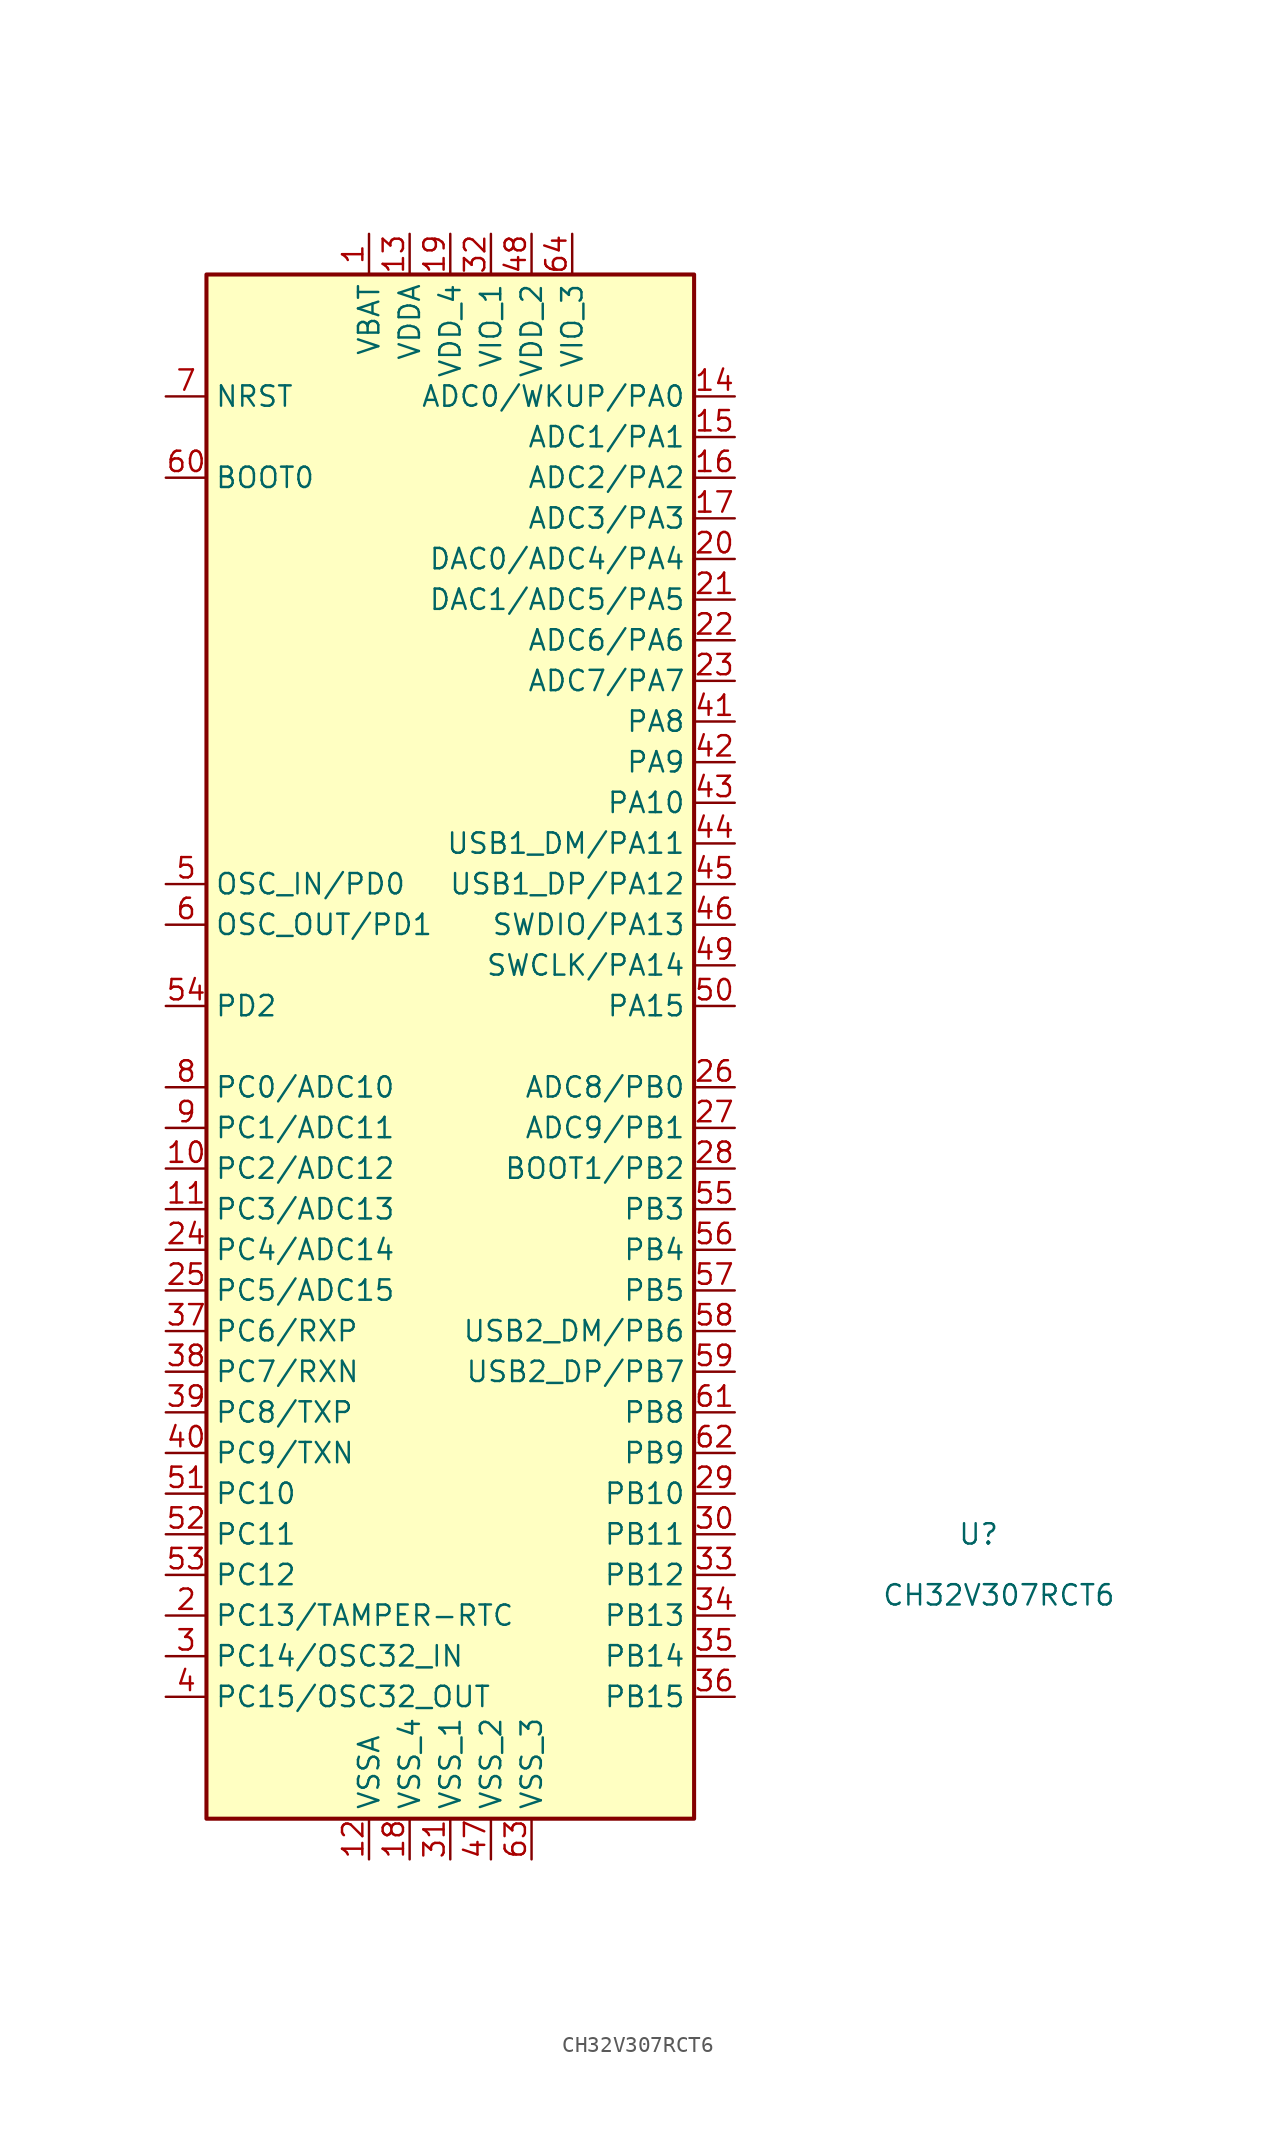
<source format=kicad_sym>
(kicad_symbol_lib
  (version 20220914)
  (generator kicad_symbol_editor)
  (symbol "CH32V307RCT6"
    (property "Reference" "U"
      (at 33.02 -31.75 0)
      (effects (font (size 1.27 1.27))))
    (property "Value" "CH32V307RCT6"
      (at 34.29 -35.56 0)
      (effects (font (size 1.27 1.27))))
    (symbol "CH32V307RCT6_0_1"
      (rectangle (start -15.24 46.99) (end 15.24 -49.53) (stroke (width 0.254) (type default)) (fill (type background))))
    (symbol "CH32V307RCT6_1_1"
      (pin power_in line (at -5.08 49.53 270) (length 2.54) (name "VBAT" (effects (font (size 1.27 1.27)))) (number "1" (effects (font (size 1.27 1.27)))))
      (pin bidirectional line (at -17.78 -8.89 0) (length 2.54) (name "PC2/ADC12" (effects (font (size 1.27 1.27)))) (number "10" (effects (font (size 1.27 1.27)))))
      (pin bidirectional line (at -17.78 -11.43 0) (length 2.54) (name "PC3/ADC13" (effects (font (size 1.27 1.27)))) (number "11" (effects (font (size 1.27 1.27)))))
      (pin power_in line (at -5.08 -52.07 90) (length 2.54) (name "VSSA" (effects (font (size 1.27 1.27)))) (number "12" (effects (font (size 1.27 1.27)))))
      (pin power_in line (at -2.54 49.53 270) (length 2.54) (name "VDDA" (effects (font (size 1.27 1.27)))) (number "13" (effects (font (size 1.27 1.27)))))
      (pin bidirectional line (at 17.78 39.37 180) (length 2.54) (name "ADC0/WKUP/PA0" (effects (font (size 1.27 1.27)))) (number "14" (effects (font (size 1.27 1.27)))))
      (pin bidirectional line (at 17.78 36.83 180) (length 2.54) (name "ADC1/PA1" (effects (font (size 1.27 1.27)))) (number "15" (effects (font (size 1.27 1.27)))))
      (pin bidirectional line (at 17.78 34.29 180) (length 2.54) (name "ADC2/PA2" (effects (font (size 1.27 1.27)))) (number "16" (effects (font (size 1.27 1.27)))))
      (pin bidirectional line (at 17.78 31.75 180) (length 2.54) (name "ADC3/PA3" (effects (font (size 1.27 1.27)))) (number "17" (effects (font (size 1.27 1.27)))))
      (pin power_in line (at -2.54 -52.07 90) (length 2.54) (name "VSS_4" (effects (font (size 1.27 1.27)))) (number "18" (effects (font (size 1.27 1.27)))))
      (pin power_in line (at 0 49.53 270) (length 2.54) (name "VDD_4" (effects (font (size 1.27 1.27)))) (number "19" (effects (font (size 1.27 1.27)))))
      (pin bidirectional line (at -17.78 -36.83 0) (length 2.54) (name "PC13/TAMPER-RTC" (effects (font (size 1.27 1.27)))) (number "2" (effects (font (size 1.27 1.27)))))
      (pin bidirectional line (at 17.78 29.21 180) (length 2.54) (name "DAC0/ADC4/PA4" (effects (font (size 1.27 1.27)))) (number "20" (effects (font (size 1.27 1.27)))))
      (pin bidirectional line (at 17.78 26.67 180) (length 2.54) (name "DAC1/ADC5/PA5" (effects (font (size 1.27 1.27)))) (number "21" (effects (font (size 1.27 1.27)))))
      (pin bidirectional line (at 17.78 24.13 180) (length 2.54) (name "ADC6/PA6" (effects (font (size 1.27 1.27)))) (number "22" (effects (font (size 1.27 1.27)))))
      (pin bidirectional line (at 17.78 21.59 180) (length 2.54) (name "ADC7/PA7" (effects (font (size 1.27 1.27)))) (number "23" (effects (font (size 1.27 1.27)))))
      (pin bidirectional line (at -17.78 -13.97 0) (length 2.54) (name "PC4/ADC14" (effects (font (size 1.27 1.27)))) (number "24" (effects (font (size 1.27 1.27)))))
      (pin bidirectional line (at -17.78 -16.51 0) (length 2.54) (name "PC5/ADC15" (effects (font (size 1.27 1.27)))) (number "25" (effects (font (size 1.27 1.27)))))
      (pin bidirectional line (at 17.78 -3.81 180) (length 2.54) (name "ADC8/PB0" (effects (font (size 1.27 1.27)))) (number "26" (effects (font (size 1.27 1.27)))))
      (pin bidirectional line (at 17.78 -6.35 180) (length 2.54) (name "ADC9/PB1" (effects (font (size 1.27 1.27)))) (number "27" (effects (font (size 1.27 1.27)))))
      (pin bidirectional line (at 17.78 -8.89 180) (length 2.54) (name "BOOT1/PB2" (effects (font (size 1.27 1.27)))) (number "28" (effects (font (size 1.27 1.27)))))
      (pin bidirectional line (at 17.78 -29.21 180) (length 2.54) (name "PB10" (effects (font (size 1.27 1.27)))) (number "29" (effects (font (size 1.27 1.27)))))
      (pin bidirectional line (at -17.78 -39.37 0) (length 2.54) (name "PC14/OSC32_IN" (effects (font (size 1.27 1.27)))) (number "3" (effects (font (size 1.27 1.27)))))
      (pin bidirectional line (at 17.78 -31.75 180) (length 2.54) (name "PB11" (effects (font (size 1.27 1.27)))) (number "30" (effects (font (size 1.27 1.27)))))
      (pin power_in line (at 0 -52.07 90) (length 2.54) (name "VSS_1" (effects (font (size 1.27 1.27)))) (number "31" (effects (font (size 1.27 1.27)))))
      (pin power_in line (at 2.54 49.53 270) (length 2.54) (name "VIO_1" (effects (font (size 1.27 1.27)))) (number "32" (effects (font (size 1.27 1.27)))))
      (pin bidirectional line (at 17.78 -34.29 180) (length 2.54) (name "PB12" (effects (font (size 1.27 1.27)))) (number "33" (effects (font (size 1.27 1.27)))))
      (pin bidirectional line (at 17.78 -36.83 180) (length 2.54) (name "PB13" (effects (font (size 1.27 1.27)))) (number "34" (effects (font (size 1.27 1.27)))))
      (pin bidirectional line (at 17.78 -39.37 180) (length 2.54) (name "PB14" (effects (font (size 1.27 1.27)))) (number "35" (effects (font (size 1.27 1.27)))))
      (pin bidirectional line (at 17.78 -41.91 180) (length 2.54) (name "PB15" (effects (font (size 1.27 1.27)))) (number "36" (effects (font (size 1.27 1.27)))))
      (pin bidirectional line (at -17.78 -19.05 0) (length 2.54) (name "PC6/RXP" (effects (font (size 1.27 1.27)))) (number "37" (effects (font (size 1.27 1.27)))))
      (pin bidirectional line (at -17.78 -21.59 0) (length 2.54) (name "PC7/RXN" (effects (font (size 1.27 1.27)))) (number "38" (effects (font (size 1.27 1.27)))))
      (pin bidirectional line (at -17.78 -24.13 0) (length 2.54) (name "PC8/TXP" (effects (font (size 1.27 1.27)))) (number "39" (effects (font (size 1.27 1.27)))))
      (pin bidirectional line (at -17.78 -41.91 0) (length 2.54) (name "PC15/OSC32_OUT" (effects (font (size 1.27 1.27)))) (number "4" (effects (font (size 1.27 1.27)))))
      (pin bidirectional line (at -17.78 -26.67 0) (length 2.54) (name "PC9/TXN" (effects (font (size 1.27 1.27)))) (number "40" (effects (font (size 1.27 1.27)))))
      (pin bidirectional line (at 17.78 19.05 180) (length 2.54) (name "PA8" (effects (font (size 1.27 1.27)))) (number "41" (effects (font (size 1.27 1.27)))))
      (pin bidirectional line (at 17.78 16.51 180) (length 2.54) (name "PA9" (effects (font (size 1.27 1.27)))) (number "42" (effects (font (size 1.27 1.27)))))
      (pin bidirectional line (at 17.78 13.97 180) (length 2.54) (name "PA10" (effects (font (size 1.27 1.27)))) (number "43" (effects (font (size 1.27 1.27)))))
      (pin bidirectional line (at 17.78 11.43 180) (length 2.54) (name "USB1_DM/PA11" (effects (font (size 1.27 1.27)))) (number "44" (effects (font (size 1.27 1.27)))))
      (pin bidirectional line (at 17.78 8.89 180) (length 2.54) (name "USB1_DP/PA12" (effects (font (size 1.27 1.27)))) (number "45" (effects (font (size 1.27 1.27)))))
      (pin bidirectional line (at 17.78 6.35 180) (length 2.54) (name "SWDIO/PA13" (effects (font (size 1.27 1.27)))) (number "46" (effects (font (size 1.27 1.27)))))
      (pin power_in line (at 2.54 -52.07 90) (length 2.54) (name "VSS_2" (effects (font (size 1.27 1.27)))) (number "47" (effects (font (size 1.27 1.27)))))
      (pin power_in line (at 5.08 49.53 270) (length 2.54) (name "VDD_2" (effects (font (size 1.27 1.27)))) (number "48" (effects (font (size 1.27 1.27)))))
      (pin bidirectional line (at 17.78 3.81 180) (length 2.54) (name "SWCLK/PA14" (effects (font (size 1.27 1.27)))) (number "49" (effects (font (size 1.27 1.27)))))
      (pin input line (at -17.78 8.89 0) (length 2.54) (name "OSC_IN/PD0" (effects (font (size 1.27 1.27)))) (number "5" (effects (font (size 1.27 1.27)))))
      (pin bidirectional line (at 17.78 1.27 180) (length 2.54) (name "PA15" (effects (font (size 1.27 1.27)))) (number "50" (effects (font (size 1.27 1.27)))))
      (pin bidirectional line (at -17.78 -29.21 0) (length 2.54) (name "PC10" (effects (font (size 1.27 1.27)))) (number "51" (effects (font (size 1.27 1.27)))))
      (pin bidirectional line (at -17.78 -31.75 0) (length 2.54) (name "PC11" (effects (font (size 1.27 1.27)))) (number "52" (effects (font (size 1.27 1.27)))))
      (pin bidirectional line (at -17.78 -34.29 0) (length 2.54) (name "PC12" (effects (font (size 1.27 1.27)))) (number "53" (effects (font (size 1.27 1.27)))))
      (pin bidirectional line (at -17.78 1.27 0) (length 2.54) (name "PD2" (effects (font (size 1.27 1.27)))) (number "54" (effects (font (size 1.27 1.27)))))
      (pin bidirectional line (at 17.78 -11.43 180) (length 2.54) (name "PB3" (effects (font (size 1.27 1.27)))) (number "55" (effects (font (size 1.27 1.27)))))
      (pin bidirectional line (at 17.78 -13.97 180) (length 2.54) (name "PB4" (effects (font (size 1.27 1.27)))) (number "56" (effects (font (size 1.27 1.27)))))
      (pin bidirectional line (at 17.78 -16.51 180) (length 2.54) (name "PB5" (effects (font (size 1.27 1.27)))) (number "57" (effects (font (size 1.27 1.27)))))
      (pin bidirectional line (at 17.78 -19.05 180) (length 2.54) (name "USB2_DM/PB6" (effects (font (size 1.27 1.27)))) (number "58" (effects (font (size 1.27 1.27)))))
      (pin bidirectional line (at 17.78 -21.59 180) (length 2.54) (name "USB2_DP/PB7" (effects (font (size 1.27 1.27)))) (number "59" (effects (font (size 1.27 1.27)))))
      (pin output line (at -17.78 6.35 0) (length 2.54) (name "OSC_OUT/PD1" (effects (font (size 1.27 1.27)))) (number "6" (effects (font (size 1.27 1.27)))))
      (pin input line (at -17.78 34.29 0) (length 2.54) (name "BOOT0" (effects (font (size 1.27 1.27)))) (number "60" (effects (font (size 1.27 1.27)))))
      (pin bidirectional line (at 17.78 -24.13 180) (length 2.54) (name "PB8" (effects (font (size 1.27 1.27)))) (number "61" (effects (font (size 1.27 1.27)))))
      (pin bidirectional line (at 17.78 -26.67 180) (length 2.54) (name "PB9" (effects (font (size 1.27 1.27)))) (number "62" (effects (font (size 1.27 1.27)))))
      (pin power_in line (at 5.08 -52.07 90) (length 2.54) (name "VSS_3" (effects (font (size 1.27 1.27)))) (number "63" (effects (font (size 1.27 1.27)))))
      (pin power_in line (at 7.62 49.53 270) (length 2.54) (name "VIO_3" (effects (font (size 1.27 1.27)))) (number "64" (effects (font (size 1.27 1.27)))))
      (pin input line (at -17.78 39.37 0) (length 2.54) (name "NRST" (effects (font (size 1.27 1.27)))) (number "7" (effects (font (size 1.27 1.27)))))
      (pin bidirectional line (at -17.78 -3.81 0) (length 2.54) (name "PC0/ADC10" (effects (font (size 1.27 1.27)))) (number "8" (effects (font (size 1.27 1.27)))))
      (pin bidirectional line (at -17.78 -6.35 0) (length 2.54) (name "PC1/ADC11" (effects (font (size 1.27 1.27)))) (number "9" (effects (font (size 1.27 1.27))))))))
</source>
